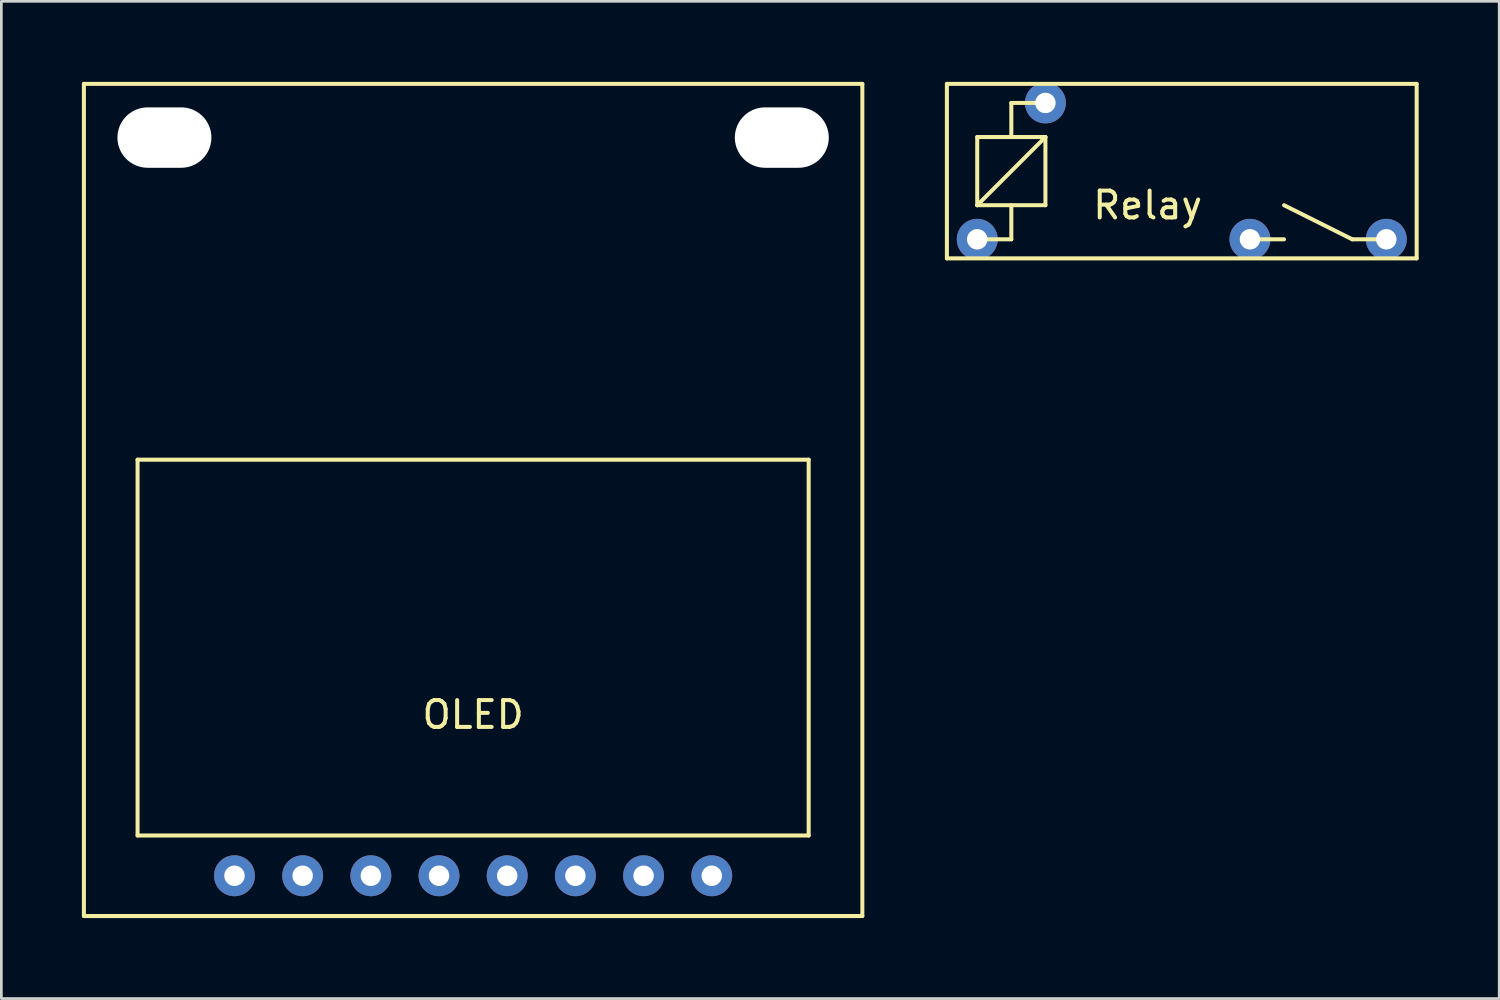
<source format=kicad_pcb>
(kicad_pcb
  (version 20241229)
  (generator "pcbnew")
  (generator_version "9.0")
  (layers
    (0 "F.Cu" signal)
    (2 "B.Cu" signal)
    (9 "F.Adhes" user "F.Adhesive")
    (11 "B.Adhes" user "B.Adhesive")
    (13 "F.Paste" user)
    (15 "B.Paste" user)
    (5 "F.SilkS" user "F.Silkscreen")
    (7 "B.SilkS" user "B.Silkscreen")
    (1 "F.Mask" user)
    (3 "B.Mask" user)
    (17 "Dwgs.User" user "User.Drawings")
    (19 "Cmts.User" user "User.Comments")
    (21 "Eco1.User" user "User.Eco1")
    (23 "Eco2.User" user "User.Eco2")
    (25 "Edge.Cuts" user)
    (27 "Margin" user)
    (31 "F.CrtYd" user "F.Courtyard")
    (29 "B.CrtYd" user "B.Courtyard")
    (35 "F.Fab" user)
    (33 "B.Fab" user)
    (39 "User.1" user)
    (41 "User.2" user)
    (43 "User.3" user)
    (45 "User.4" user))
  (footprint "Relay"
    (layer "F.Cu")
    (at 39.705 3.325)
    (property "Reference" "Relay" (at 0 1.27 0) (layer "F.SilkS") (effects (font (size 1 1) (thickness 0.15))))
    (attr through_hole)
    (fp_line (start -7.48 -3.25) (end 10.02 -3.25) (stroke (width 0.15) (type solid)) (layer "F.SilkS"))
    (fp_line (start -7.48 3.25) (end -7.48 -3.25) (stroke (width 0.15) (type solid)) (layer "F.SilkS"))
    (fp_line (start -7.48 3.25) (end 10.02 3.25) (stroke (width 0.15) (type solid)) (layer "F.SilkS"))
    (fp_line (start -6.35 -1.27) (end -6.35 1.27) (stroke (width 0.15) (type solid)) (layer "F.SilkS"))
    (fp_line (start -6.35 1.27) (end -3.81 -1.27) (stroke (width 0.15) (type solid)) (layer "F.SilkS"))
    (fp_line (start -6.35 1.27) (end -3.81 1.27) (stroke (width 0.15) (type solid)) (layer "F.SilkS"))
    (fp_line (start -6.35 2.54) (end -5.08 2.54) (stroke (width 0.15) (type solid)) (layer "F.SilkS"))
    (fp_line (start -5.08 -2.54) (end -5.08 -1.27) (stroke (width 0.15) (type solid)) (layer "F.SilkS"))
    (fp_line (start -5.08 2.54) (end -5.08 1.27) (stroke (width 0.15) (type solid)) (layer "F.SilkS"))
    (fp_line (start -3.81 -2.54) (end -5.08 -2.54) (stroke (width 0.15) (type solid)) (layer "F.SilkS"))
    (fp_line (start -3.81 -1.27) (end -6.35 -1.27) (stroke (width 0.15) (type solid)) (layer "F.SilkS"))
    (fp_line (start -3.81 1.27) (end -3.81 -1.27) (stroke (width 0.15) (type solid)) (layer "F.SilkS"))
    (fp_line (start 3.81 2.54) (end 5.08 2.54) (stroke (width 0.15) (type solid)) (layer "F.SilkS"))
    (fp_line (start 7.62 2.54) (end 5.08 1.27) (stroke (width 0.15) (type solid)) (layer "F.SilkS"))
    (fp_line (start 8.89 2.54) (end 7.62 2.54) (stroke (width 0.15) (type solid)) (layer "F.SilkS"))
    (fp_line (start 10.02 -3.25) (end 10.02 3.25) (stroke (width 0.15) (type solid)) (layer "F.SilkS"))
    (pad "1" thru_hole circle (at -6.35 2.54) (size 1.524 1.524) (drill 0.762) (layers "*.Cu" "*.Mask"))
    (pad "2" thru_hole circle (at -3.81 -2.54) (size 1.524 1.524) (drill 0.762) (layers "*.Cu" "*.Mask"))
    (pad "3" thru_hole circle (at 3.81 2.54) (size 1.524 1.524) (drill 0.762) (layers "*.Cu" "*.Mask"))
    (pad "4" thru_hole circle (at 8.89 2.54) (size 1.524 1.524) (drill 0.762) (layers "*.Cu" "*.Mask")))
  (footprint "OLED"
    (layer "F.Cu")
    (at 14.575 29.575)
    (property "Reference" "OLED" (at 0 -6 0) (layer "F.SilkS") (effects (font (size 1 1) (thickness 0.15))))
    (attr through_hole)
    (fp_line (start -14.5 -29.5) (end -14.5 1.5) (stroke (width 0.15) (type solid)) (layer "F.SilkS"))
    (fp_line (start -14.5 1.5) (end 14.5 1.5) (stroke (width 0.15) (type solid)) (layer "F.SilkS"))
    (fp_line (start -12.5 -15.5) (end 12.5 -15.5) (stroke (width 0.15) (type solid)) (layer "F.SilkS"))
    (fp_line (start -12.5 -1.5) (end -12.5 -15.5) (stroke (width 0.15) (type solid)) (layer "F.SilkS"))
    (fp_line (start -12.5 -1.5) (end 12.5 -1.5) (stroke (width 0.15) (type solid)) (layer "F.SilkS"))
    (fp_line (start 12.5 -15.5) (end 12.5 -1.5) (stroke (width 0.15) (type solid)) (layer "F.SilkS"))
    (fp_line (start 14.5 -29.5) (end -14.5 -29.5) (stroke (width 0.15) (type solid)) (layer "F.SilkS"))
    (fp_line (start 14.5 1.5) (end 14.5 -29.5) (stroke (width 0.15) (type solid)) (layer "F.SilkS"))
    (pad "" np_thru_hole oval (at -11.5 -27.5) (size 3.5 2.25) (drill oval 3.5 2.25) (layers "*.Cu" "*.Mask"))
    (pad "" np_thru_hole oval (at 11.5 -27.5) (size 3.5 2.25) (drill oval 3.5 2.25) (layers "*.Cu" "*.Mask"))
    (pad "1" thru_hole circle (at -8.89 0) (size 1.524 1.524) (drill 0.762) (layers "*.Cu" "*.Mask"))
    (pad "2" thru_hole circle (at -6.35 0) (size 1.524 1.524) (drill 0.762) (layers "*.Cu" "*.Mask"))
    (pad "3" thru_hole circle (at -3.81 0) (size 1.524 1.524) (drill 0.762) (layers "*.Cu" "*.Mask"))
    (pad "4" thru_hole circle (at -1.27 0) (size 1.524 1.524) (drill 0.762) (layers "*.Cu" "*.Mask"))
    (pad "5" thru_hole circle (at 1.27 0) (size 1.524 1.524) (drill 0.762) (layers "*.Cu" "*.Mask"))
    (pad "6" thru_hole circle (at 3.81 0) (size 1.524 1.524) (drill 0.762) (layers "*.Cu" "*.Mask"))
    (pad "7" thru_hole circle (at 6.35 0) (size 1.524 1.524) (drill 0.762) (layers "*.Cu" "*.Mask"))
    (pad "8" thru_hole circle (at 8.89 0) (size 1.524 1.524) (drill 0.762) (layers "*.Cu" "*.Mask")))
  (gr_rect
    (start -3 -3)
    (end 52.8 34.15)
    (stroke (width 0.1) (type default))
    (fill no)
    (layer "Edge.Cuts")))
</source>
